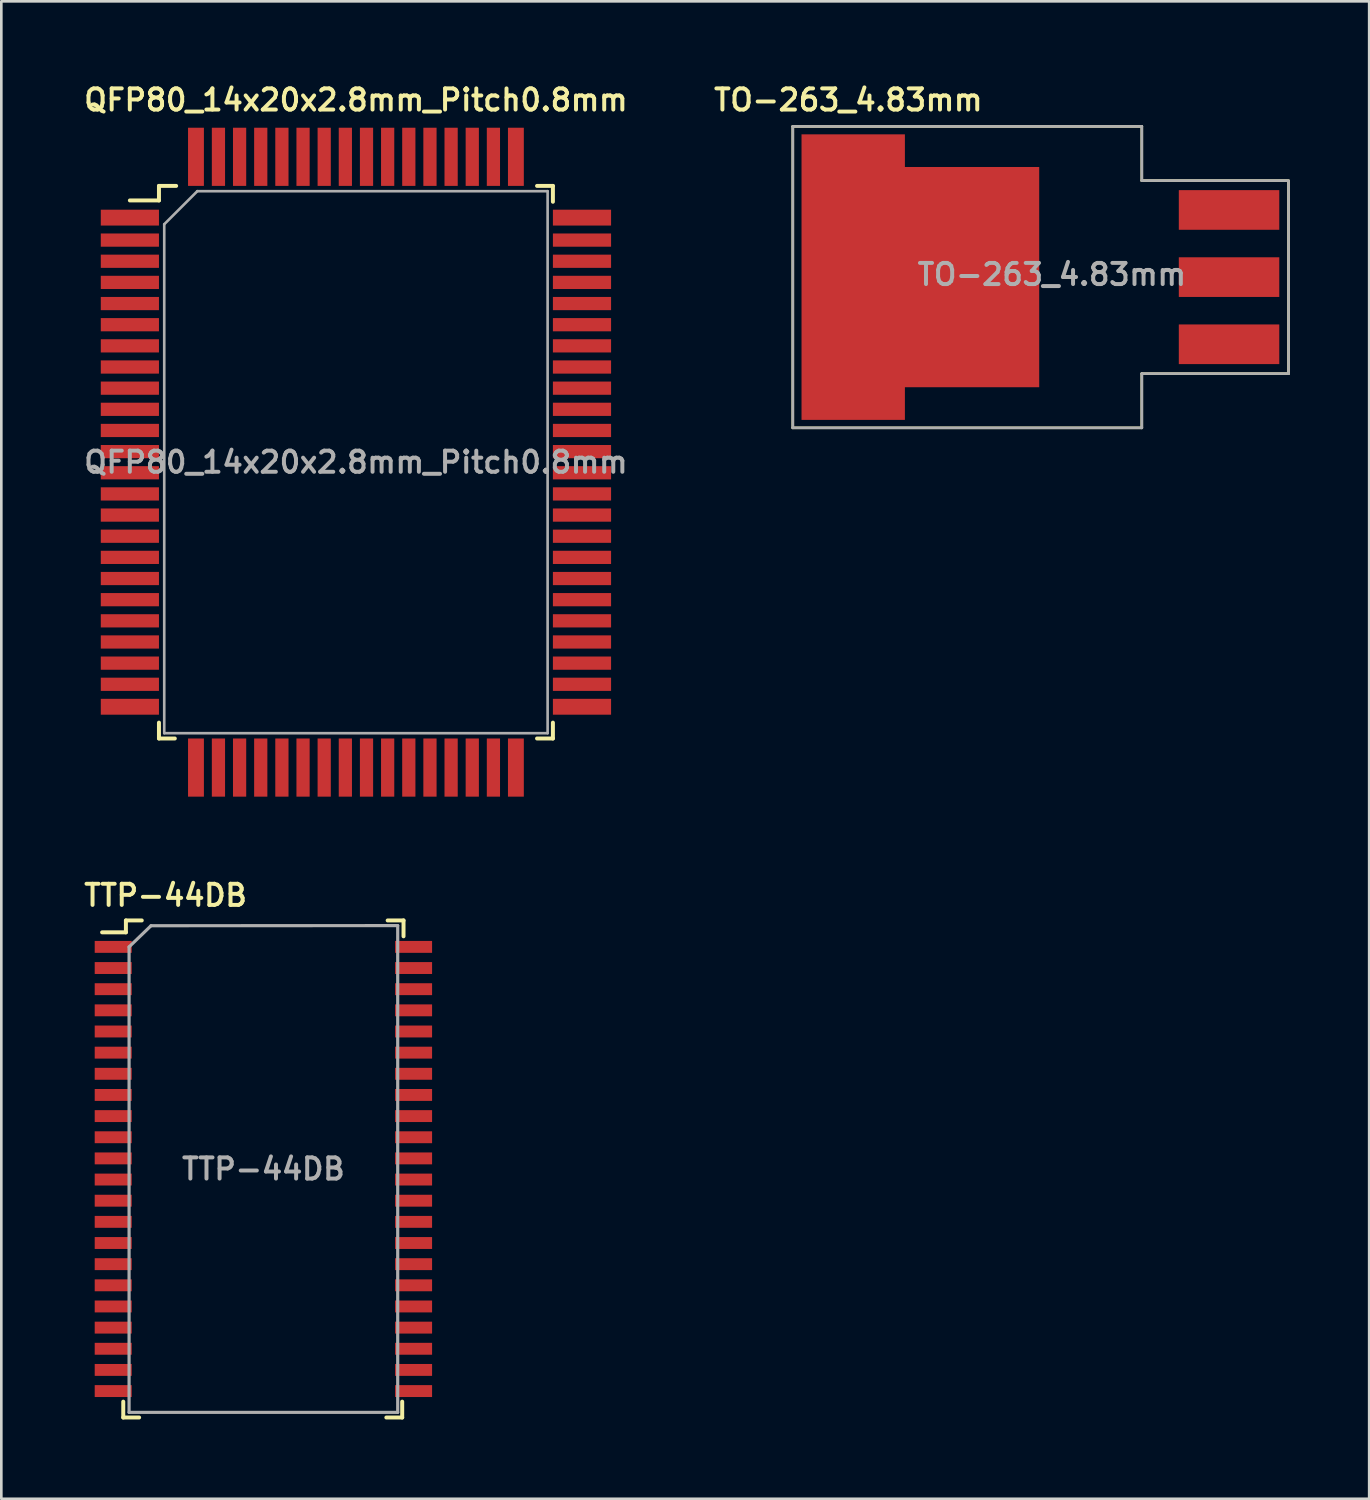
<source format=kicad_pcb>
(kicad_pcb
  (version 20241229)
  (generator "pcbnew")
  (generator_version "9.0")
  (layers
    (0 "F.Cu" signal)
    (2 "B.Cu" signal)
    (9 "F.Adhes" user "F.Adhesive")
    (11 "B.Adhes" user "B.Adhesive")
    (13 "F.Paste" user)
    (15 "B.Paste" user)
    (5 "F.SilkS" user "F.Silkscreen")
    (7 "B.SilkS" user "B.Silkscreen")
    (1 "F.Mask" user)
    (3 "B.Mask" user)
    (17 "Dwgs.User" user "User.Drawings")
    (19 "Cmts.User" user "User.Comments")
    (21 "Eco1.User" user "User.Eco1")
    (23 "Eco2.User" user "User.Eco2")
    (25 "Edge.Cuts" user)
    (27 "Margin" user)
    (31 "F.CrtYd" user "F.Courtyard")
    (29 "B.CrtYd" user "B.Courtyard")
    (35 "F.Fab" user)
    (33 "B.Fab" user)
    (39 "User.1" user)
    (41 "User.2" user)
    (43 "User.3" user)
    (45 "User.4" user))
  (footprint "TO-263_4.83mm"
    (layer "F.Cu")
    (at 43.435 7.431)
    (property "Reference" "TO-263_4.83mm" (at -14.4 -6.7 0) (unlocked yes) (layer "F.SilkS") (effects (font (size 0.8 0.8) (thickness 0.15) (bold yes))))
    (attr smd)
    (fp_line (start -16.5 -5.7) (end -16.5 5.7) (stroke (width 0.1) (type default)) (layer "F.SilkS"))
    (fp_line (start -16.5 -5.7) (end -3.3 -5.7) (stroke (width 0.1) (type default)) (layer "F.SilkS"))
    (fp_line (start -16.5 5.7) (end -3.3 5.7) (stroke (width 0.1) (type default)) (layer "F.SilkS"))
    (fp_line (start -3.3 -3.65) (end -3.3 -5.7) (stroke (width 0.1) (type default)) (layer "F.SilkS"))
    (fp_line (start -3.3 -3.65) (end 2.2 -3.65) (stroke (width 0.1) (type default)) (layer "F.SilkS"))
    (fp_line (start -3.3 3.65) (end 2.25 3.65) (stroke (width 0.1) (type default)) (layer "F.SilkS"))
    (fp_line (start -3.3 5.7) (end -3.3 3.65) (stroke (width 0.1) (type default)) (layer "F.SilkS"))
    (fp_line (start 2.25 -3.65) (end 2.25 3.65) (stroke (width 0.1) (type default)) (layer "F.SilkS"))
    (fp_line (start -16.5 -5.7) (end -16.5 5.7) (stroke (width 0.1) (type default)) (layer "F.Fab"))
    (fp_line (start -16.5 -5.7) (end -3.3 -5.7) (stroke (width 0.1) (type default)) (layer "F.Fab"))
    (fp_line (start -16.5 5.7) (end -3.3 5.7) (stroke (width 0.1) (type default)) (layer "F.Fab"))
    (fp_line (start -3.3 -3.65) (end -3.3 -5.7) (stroke (width 0.1) (type default)) (layer "F.Fab"))
    (fp_line (start -3.3 -3.65) (end 2.2 -3.65) (stroke (width 0.1) (type default)) (layer "F.Fab"))
    (fp_line (start -3.3 3.65) (end 2.25 3.65) (stroke (width 0.1) (type default)) (layer "F.Fab"))
    (fp_line (start -3.3 5.7) (end -3.3 3.65) (stroke (width 0.1) (type default)) (layer "F.Fab"))
    (fp_line (start 2.25 -3.65) (end 2.25 3.65) (stroke (width 0.1) (type default)) (layer "F.Fab"))
    (fp_text user "${REFERENCE}" (at -6.7 -0.1 0) (unlocked yes) (layer "F.Fab") (effects (font (size 0.8 0.8) (thickness 0.15))))
    (pad "1" smd rect (at 0 2.54) (size 3.8 1.5) (layers "F.Cu" "F.Mask" "F.Paste"))
    (pad "2" smd rect (at -14.215 0) (size 3.91 10.8) (layers "F.Cu" "F.Mask" "F.Paste"))
    (pad "2" smd rect (at -10.675 0) (size 6.99 8.33) (layers "F.Cu" "F.Mask" "F.Paste"))
    (pad "2" smd rect (at 0 0) (size 3.8 1.5) (layers "F.Cu" "F.Mask" "F.Paste"))
    (pad "3" smd rect (at 0 -2.54) (size 3.8 1.5) (layers "F.Cu" "F.Mask" "F.Paste")))
  (footprint "TTP-44DB"
    (layer "F.Cu")
    (at 6.912 41.163)
    (property "Reference" "TTP-44DB" (at -3.7 -10.35 180) (layer "F.SilkS") (effects (font (size 0.8 0.8) (thickness 0.15))))
    (attr smd)
    (fp_line (start -6.1 -8.95) (end -5.2 -8.95) (stroke (width 0.15) (type default)) (layer "F.SilkS"))
    (fp_line (start -5.3 8.8) (end -5.3 9.4) (stroke (width 0.15) (type default)) (layer "F.SilkS"))
    (fp_line (start -5.2 -9.4) (end -5.2 -8.95) (stroke (width 0.15) (type default)) (layer "F.SilkS"))
    (fp_line (start -5.2 -9.4) (end -4.6 -9.4) (stroke (width 0.15) (type default)) (layer "F.SilkS"))
    (fp_line (start -4.7 9.4) (end -5.3 9.4) (stroke (width 0.15) (type default)) (layer "F.SilkS"))
    (fp_line (start 4.65 9.4) (end 5.25 9.4) (stroke (width 0.15) (type default)) (layer "F.SilkS"))
    (fp_line (start 4.7 -9.4) (end 5.3 -9.4) (stroke (width 0.15) (type default)) (layer "F.SilkS"))
    (fp_line (start 5.25 8.8) (end 5.25 9.4) (stroke (width 0.15) (type default)) (layer "F.SilkS"))
    (fp_line (start 5.3 -8.8) (end 5.3 -9.4) (stroke (width 0.15) (type default)) (layer "F.SilkS"))
    (fp_line (start -5.08 -8.4) (end -4.25 -9.2) (stroke (width 0.12) (type default)) (layer "F.Fab"))
    (fp_line (start -5.08 9.205) (end -5.08 -8.4) (stroke (width 0.12) (type default)) (layer "F.Fab"))
    (fp_line (start -4.25 -9.2) (end 5.08 -9.205) (stroke (width 0.12) (type default)) (layer "F.Fab"))
    (fp_line (start 5.08 -9.205) (end 5.08 9.205) (stroke (width 0.12) (type default)) (layer "F.Fab"))
    (fp_line (start 5.08 9.205) (end -5.08 9.205) (stroke (width 0.12) (type default)) (layer "F.Fab"))
    (fp_text user "${REFERENCE}" (at 0 0 0) (unlocked yes) (layer "F.Fab") (effects (font (size 0.8 0.8) (thickness 0.15))))
    (pad "1" smd rect (at -5.68 -8.4 270) (size 0.45 1.4) (layers "F.Cu" "F.Mask" "F.Paste"))
    (pad "2" smd rect (at -5.68 -7.6 270) (size 0.45 1.4) (layers "F.Cu" "F.Mask" "F.Paste"))
    (pad "3" smd rect (at -5.68 -6.8 270) (size 0.45 1.4) (layers "F.Cu" "F.Mask" "F.Paste"))
    (pad "4" smd rect (at -5.68 -6 270) (size 0.45 1.4) (layers "F.Cu" "F.Mask" "F.Paste"))
    (pad "5" smd rect (at -5.68 -5.2 270) (size 0.45 1.4) (layers "F.Cu" "F.Mask" "F.Paste"))
    (pad "6" smd rect (at -5.68 -4.4 270) (size 0.45 1.4) (layers "F.Cu" "F.Mask" "F.Paste"))
    (pad "7" smd rect (at -5.68 -3.6 270) (size 0.45 1.4) (layers "F.Cu" "F.Mask" "F.Paste"))
    (pad "8" smd rect (at -5.68 -2.8 270) (size 0.45 1.4) (layers "F.Cu" "F.Mask" "F.Paste"))
    (pad "9" smd rect (at -5.68 -2 270) (size 0.45 1.4) (layers "F.Cu" "F.Mask" "F.Paste"))
    (pad "10" smd rect (at -5.68 -1.2 270) (size 0.45 1.4) (layers "F.Cu" "F.Mask" "F.Paste"))
    (pad "11" smd rect (at -5.68 -0.4 270) (size 0.45 1.4) (layers "F.Cu" "F.Mask" "F.Paste"))
    (pad "12" smd rect (at -5.68 0.4 270) (size 0.45 1.4) (layers "F.Cu" "F.Mask" "F.Paste"))
    (pad "13" smd rect (at -5.68 1.2 270) (size 0.45 1.4) (layers "F.Cu" "F.Mask" "F.Paste"))
    (pad "14" smd rect (at -5.68 2 270) (size 0.45 1.4) (layers "F.Cu" "F.Mask" "F.Paste"))
    (pad "15" smd rect (at -5.68 2.8 270) (size 0.45 1.4) (layers "F.Cu" "F.Mask" "F.Paste"))
    (pad "16" smd rect (at -5.68 3.6 270) (size 0.45 1.4) (layers "F.Cu" "F.Mask" "F.Paste"))
    (pad "17" smd rect (at -5.68 4.4 270) (size 0.45 1.4) (layers "F.Cu" "F.Mask" "F.Paste"))
    (pad "18" smd rect (at -5.68 5.2 270) (size 0.45 1.4) (layers "F.Cu" "F.Mask" "F.Paste"))
    (pad "19" smd rect (at -5.68 6 270) (size 0.45 1.4) (layers "F.Cu" "F.Mask" "F.Paste"))
    (pad "20" smd rect (at -5.68 6.8 270) (size 0.45 1.4) (layers "F.Cu" "F.Mask" "F.Paste"))
    (pad "21" smd rect (at -5.68 7.6 270) (size 0.45 1.4) (layers "F.Cu" "F.Mask" "F.Paste"))
    (pad "22" smd rect (at -5.68 8.4 270) (size 0.45 1.4) (layers "F.Cu" "F.Mask" "F.Paste"))
    (pad "23" smd rect (at 5.68 8.4 270) (size 0.45 1.4) (layers "F.Cu" "F.Mask" "F.Paste"))
    (pad "24" smd rect (at 5.68 7.6 270) (size 0.45 1.4) (layers "F.Cu" "F.Mask" "F.Paste"))
    (pad "25" smd rect (at 5.68 6.8 270) (size 0.45 1.4) (layers "F.Cu" "F.Mask" "F.Paste"))
    (pad "26" smd rect (at 5.68 6 270) (size 0.45 1.4) (layers "F.Cu" "F.Mask" "F.Paste"))
    (pad "27" smd rect (at 5.68 5.2 270) (size 0.45 1.4) (layers "F.Cu" "F.Mask" "F.Paste"))
    (pad "28" smd rect (at 5.68 4.4 270) (size 0.45 1.4) (layers "F.Cu" "F.Mask" "F.Paste"))
    (pad "29" smd rect (at 5.68 3.6 270) (size 0.45 1.4) (layers "F.Cu" "F.Mask" "F.Paste"))
    (pad "30" smd rect (at 5.68 2.8 270) (size 0.45 1.4) (layers "F.Cu" "F.Mask" "F.Paste"))
    (pad "31" smd rect (at 5.68 2 270) (size 0.45 1.4) (layers "F.Cu" "F.Mask" "F.Paste"))
    (pad "32" smd rect (at 5.68 1.2 270) (size 0.45 1.4) (layers "F.Cu" "F.Mask" "F.Paste"))
    (pad "33" smd rect (at 5.68 0.4 270) (size 0.45 1.4) (layers "F.Cu" "F.Mask" "F.Paste"))
    (pad "34" smd rect (at 5.68 -0.4 270) (size 0.45 1.4) (layers "F.Cu" "F.Mask" "F.Paste"))
    (pad "35" smd rect (at 5.68 -1.2 270) (size 0.45 1.4) (layers "F.Cu" "F.Mask" "F.Paste"))
    (pad "36" smd rect (at 5.68 -2 270) (size 0.45 1.4) (layers "F.Cu" "F.Mask" "F.Paste"))
    (pad "37" smd rect (at 5.68 -2.8 270) (size 0.45 1.4) (layers "F.Cu" "F.Mask" "F.Paste"))
    (pad "38" smd rect (at 5.68 -3.6 270) (size 0.45 1.4) (layers "F.Cu" "F.Mask" "F.Paste"))
    (pad "39" smd rect (at 5.68 -4.4 270) (size 0.45 1.4) (layers "F.Cu" "F.Mask" "F.Paste"))
    (pad "40" smd rect (at 5.68 -5.2 270) (size 0.45 1.4) (layers "F.Cu" "F.Mask" "F.Paste"))
    (pad "41" smd rect (at 5.68 -6 270) (size 0.45 1.4) (layers "F.Cu" "F.Mask" "F.Paste"))
    (pad "42" smd rect (at 5.68 -6.8 270) (size 0.45 1.4) (layers "F.Cu" "F.Mask" "F.Paste"))
    (pad "43" smd rect (at 5.68 -7.6 270) (size 0.45 1.4) (layers "F.Cu" "F.Mask" "F.Paste"))
    (pad "44" smd rect (at 5.68 -8.4 270) (size 0.45 1.4) (layers "F.Cu" "F.Mask" "F.Paste")))
  (footprint "QFP80_14x20x2.8mm_Pitch0.8mm"
    (layer "F.Cu")
    (at 10.412 14.431)
    (property "Reference" "QFP80_14x20x2.8mm_Pitch0.8mm" (at 0 -13.7 0) (layer "F.SilkS") (effects (font (size 0.8 0.8) (thickness 0.15))))
    (attr smd)
    (fp_line (start -7.45 -10.45) (end -7.45 -9.9) (stroke (width 0.15) (type default)) (layer "F.SilkS"))
    (fp_line (start -7.45 -9.9) (end -8.55 -9.9) (stroke (width 0.15) (type default)) (layer "F.SilkS"))
    (fp_line (start -7.45 9.85) (end -7.45 10.45) (stroke (width 0.15) (type default)) (layer "F.SilkS"))
    (fp_line (start -6.85 10.45) (end -7.45 10.45) (stroke (width 0.15) (type default)) (layer "F.SilkS"))
    (fp_line (start -6.8 -10.45) (end -7.45 -10.45) (stroke (width 0.15) (type default)) (layer "F.SilkS"))
    (fp_line (start 6.85 -10.45) (end 7.45 -10.45) (stroke (width 0.15) (type default)) (layer "F.SilkS"))
    (fp_line (start 6.85 10.45) (end 7.45 10.45) (stroke (width 0.15) (type default)) (layer "F.SilkS"))
    (fp_line (start 7.45 -9.85) (end 7.45 -10.45) (stroke (width 0.15) (type default)) (layer "F.SilkS"))
    (fp_line (start 7.45 9.85) (end 7.45 10.45) (stroke (width 0.15) (type default)) (layer "F.SilkS"))
    (fp_line (start -7.25 -9) (end -7.25 10.25) (stroke (width 0.1) (type default)) (layer "F.Fab"))
    (fp_line (start -7.25 10.25) (end 7.25 10.25) (stroke (width 0.1) (type default)) (layer "F.Fab"))
    (fp_line (start -6 -10.25) (end -7.25 -9) (stroke (width 0.1) (type default)) (layer "F.Fab"))
    (fp_line (start 7.25 -10.25) (end -6 -10.25) (stroke (width 0.1) (type default)) (layer "F.Fab"))
    (fp_line (start 7.25 10.25) (end 7.25 -10.25) (stroke (width 0.1) (type default)) (layer "F.Fab"))
    (fp_text user "${REFERENCE}" (at 0 0 0) (unlocked yes) (layer "F.Fab") (effects (font (size 0.8 0.8) (thickness 0.15))))
    (pad "1" smd rect (at -8.55 -9.25 90) (size 0.6 2.2) (layers "F.Cu" "F.Mask" "F.Paste"))
    (pad "2" smd rect (at -8.55 -8.4 90) (size 0.5 2.2) (layers "F.Cu" "F.Mask" "F.Paste"))
    (pad "3" smd rect (at -8.55 -7.6 90) (size 0.5 2.2) (layers "F.Cu" "F.Mask" "F.Paste"))
    (pad "4" smd rect (at -8.55 -6.8 90) (size 0.5 2.2) (layers "F.Cu" "F.Mask" "F.Paste"))
    (pad "5" smd rect (at -8.55 -6 90) (size 0.5 2.2) (layers "F.Cu" "F.Mask" "F.Paste"))
    (pad "6" smd rect (at -8.55 -5.2 90) (size 0.5 2.2) (layers "F.Cu" "F.Mask" "F.Paste"))
    (pad "7" smd rect (at -8.55 -4.4 90) (size 0.5 2.2) (layers "F.Cu" "F.Mask" "F.Paste"))
    (pad "8" smd rect (at -8.55 -3.6 90) (size 0.5 2.2) (layers "F.Cu" "F.Mask" "F.Paste"))
    (pad "9" smd rect (at -8.55 -2.8 90) (size 0.5 2.2) (layers "F.Cu" "F.Mask" "F.Paste"))
    (pad "10" smd rect (at -8.55 -2 90) (size 0.5 2.2) (layers "F.Cu" "F.Mask" "F.Paste"))
    (pad "11" smd rect (at -8.55 -1.2 90) (size 0.5 2.2) (layers "F.Cu" "F.Mask" "F.Paste"))
    (pad "12" smd rect (at -8.55 -0.4 90) (size 0.5 2.2) (layers "F.Cu" "F.Mask" "F.Paste"))
    (pad "13" smd rect (at -8.55 0.4 90) (size 0.5 2.2) (layers "F.Cu" "F.Mask" "F.Paste"))
    (pad "14" smd rect (at -8.55 1.2 90) (size 0.5 2.2) (layers "F.Cu" "F.Mask" "F.Paste"))
    (pad "15" smd rect (at -8.55 2 90) (size 0.5 2.2) (layers "F.Cu" "F.Mask" "F.Paste"))
    (pad "16" smd rect (at -8.55 2.8 90) (size 0.5 2.2) (layers "F.Cu" "F.Mask" "F.Paste"))
    (pad "17" smd rect (at -8.55 3.6 90) (size 0.5 2.2) (layers "F.Cu" "F.Mask" "F.Paste"))
    (pad "18" smd rect (at -8.55 4.4 90) (size 0.5 2.2) (layers "F.Cu" "F.Mask" "F.Paste"))
    (pad "19" smd rect (at -8.55 5.2 90) (size 0.5 2.2) (layers "F.Cu" "F.Mask" "F.Paste"))
    (pad "20" smd rect (at -8.55 6 90) (size 0.5 2.2) (layers "F.Cu" "F.Mask" "F.Paste"))
    (pad "21" smd rect (at -8.55 6.8 90) (size 0.5 2.2) (layers "F.Cu" "F.Mask" "F.Paste"))
    (pad "22" smd rect (at -8.55 7.6 90) (size 0.5 2.2) (layers "F.Cu" "F.Mask" "F.Paste"))
    (pad "23" smd rect (at -8.55 8.4 90) (size 0.5 2.2) (layers "F.Cu" "F.Mask" "F.Paste"))
    (pad "24" smd rect (at -8.55 9.25 90) (size 0.6 2.2) (layers "F.Cu" "F.Mask" "F.Paste"))
    (pad "25" smd rect (at -6.05 11.55) (size 0.6 2.2) (layers "F.Cu" "F.Mask" "F.Paste"))
    (pad "26" smd rect (at -5.2 11.55) (size 0.5 2.2) (layers "F.Cu" "F.Mask" "F.Paste"))
    (pad "27" smd rect (at -4.4 11.55) (size 0.5 2.2) (layers "F.Cu" "F.Mask" "F.Paste"))
    (pad "28" smd rect (at -3.6 11.55) (size 0.5 2.2) (layers "F.Cu" "F.Mask" "F.Paste"))
    (pad "29" smd rect (at -2.8 11.55) (size 0.5 2.2) (layers "F.Cu" "F.Mask" "F.Paste"))
    (pad "30" smd rect (at -2 11.55) (size 0.5 2.2) (layers "F.Cu" "F.Mask" "F.Paste"))
    (pad "31" smd rect (at -1.2 11.55) (size 0.5 2.2) (layers "F.Cu" "F.Mask" "F.Paste"))
    (pad "32" smd rect (at -0.4 11.55) (size 0.5 2.2) (layers "F.Cu" "F.Mask" "F.Paste"))
    (pad "33" smd rect (at 0.4 11.55) (size 0.5 2.2) (layers "F.Cu" "F.Mask" "F.Paste"))
    (pad "34" smd rect (at 1.2 11.55) (size 0.5 2.2) (layers "F.Cu" "F.Mask" "F.Paste"))
    (pad "35" smd rect (at 2 11.55) (size 0.5 2.2) (layers "F.Cu" "F.Mask" "F.Paste"))
    (pad "36" smd rect (at 2.8 11.55) (size 0.5 2.2) (layers "F.Cu" "F.Mask" "F.Paste"))
    (pad "37" smd rect (at 3.6 11.55) (size 0.5 2.2) (layers "F.Cu" "F.Mask" "F.Paste"))
    (pad "38" smd rect (at 4.4 11.55) (size 0.5 2.2) (layers "F.Cu" "F.Mask" "F.Paste"))
    (pad "39" smd rect (at 5.2 11.55) (size 0.5 2.2) (layers "F.Cu" "F.Mask" "F.Paste"))
    (pad "40" smd rect (at 6.05 11.55) (size 0.6 2.2) (layers "F.Cu" "F.Mask" "F.Paste"))
    (pad "41" smd rect (at 8.55 9.25 90) (size 0.6 2.2) (layers "F.Cu" "F.Mask" "F.Paste"))
    (pad "42" smd rect (at 8.55 8.4 90) (size 0.5 2.2) (layers "F.Cu" "F.Mask" "F.Paste"))
    (pad "43" smd rect (at 8.55 7.6 90) (size 0.5 2.2) (layers "F.Cu" "F.Mask" "F.Paste"))
    (pad "44" smd rect (at 8.55 6.8 90) (size 0.5 2.2) (layers "F.Cu" "F.Mask" "F.Paste"))
    (pad "45" smd rect (at 8.55 6 90) (size 0.5 2.2) (layers "F.Cu" "F.Mask" "F.Paste"))
    (pad "46" smd rect (at 8.55 5.2 90) (size 0.5 2.2) (layers "F.Cu" "F.Mask" "F.Paste"))
    (pad "47" smd rect (at 8.55 4.4 90) (size 0.5 2.2) (layers "F.Cu" "F.Mask" "F.Paste"))
    (pad "48" smd rect (at 8.55 3.6 90) (size 0.5 2.2) (layers "F.Cu" "F.Mask" "F.Paste"))
    (pad "49" smd rect (at 8.55 2.8 90) (size 0.5 2.2) (layers "F.Cu" "F.Mask" "F.Paste"))
    (pad "50" smd rect (at 8.55 2 90) (size 0.5 2.2) (layers "F.Cu" "F.Mask" "F.Paste"))
    (pad "51" smd rect (at 8.55 1.2 90) (size 0.5 2.2) (layers "F.Cu" "F.Mask" "F.Paste"))
    (pad "52" smd rect (at 8.55 0.4 90) (size 0.5 2.2) (layers "F.Cu" "F.Mask" "F.Paste"))
    (pad "53" smd rect (at 8.55 -0.4 90) (size 0.5 2.2) (layers "F.Cu" "F.Mask" "F.Paste"))
    (pad "54" smd rect (at 8.55 -1.2 90) (size 0.5 2.2) (layers "F.Cu" "F.Mask" "F.Paste"))
    (pad "55" smd rect (at 8.55 -2 90) (size 0.5 2.2) (layers "F.Cu" "F.Mask" "F.Paste"))
    (pad "56" smd rect (at 8.55 -2.8 90) (size 0.5 2.2) (layers "F.Cu" "F.Mask" "F.Paste"))
    (pad "57" smd rect (at 8.55 -3.6 90) (size 0.5 2.2) (layers "F.Cu" "F.Mask" "F.Paste"))
    (pad "58" smd rect (at 8.55 -4.4 90) (size 0.5 2.2) (layers "F.Cu" "F.Mask" "F.Paste"))
    (pad "59" smd rect (at 8.55 -5.2 90) (size 0.5 2.2) (layers "F.Cu" "F.Mask" "F.Paste"))
    (pad "60" smd rect (at 8.55 -6 90) (size 0.5 2.2) (layers "F.Cu" "F.Mask" "F.Paste"))
    (pad "61" smd rect (at 8.55 -6.8 90) (size 0.5 2.2) (layers "F.Cu" "F.Mask" "F.Paste"))
    (pad "62" smd rect (at 8.55 -7.6 90) (size 0.5 2.2) (layers "F.Cu" "F.Mask" "F.Paste"))
    (pad "63" smd rect (at 8.55 -8.4 90) (size 0.5 2.2) (layers "F.Cu" "F.Mask" "F.Paste"))
    (pad "64" smd rect (at 8.55 -9.25 90) (size 0.6 2.2) (layers "F.Cu" "F.Mask" "F.Paste"))
    (pad "65" smd rect (at 6.05 -11.55) (size 0.6 2.2) (layers "F.Cu" "F.Mask" "F.Paste"))
    (pad "66" smd rect (at 5.2 -11.55) (size 0.5 2.2) (layers "F.Cu" "F.Mask" "F.Paste"))
    (pad "67" smd rect (at 4.4 -11.55) (size 0.5 2.2) (layers "F.Cu" "F.Mask" "F.Paste"))
    (pad "68" smd rect (at 3.6 -11.55) (size 0.5 2.2) (layers "F.Cu" "F.Mask" "F.Paste"))
    (pad "69" smd rect (at 2.8 -11.55) (size 0.5 2.2) (layers "F.Cu" "F.Mask" "F.Paste"))
    (pad "70" smd rect (at 2 -11.55) (size 0.5 2.2) (layers "F.Cu" "F.Mask" "F.Paste"))
    (pad "71" smd rect (at 1.2 -11.55) (size 0.5 2.2) (layers "F.Cu" "F.Mask" "F.Paste"))
    (pad "72" smd rect (at 0.4 -11.55) (size 0.5 2.2) (layers "F.Cu" "F.Mask" "F.Paste"))
    (pad "73" smd rect (at -0.4 -11.55) (size 0.5 2.2) (layers "F.Cu" "F.Mask" "F.Paste"))
    (pad "74" smd rect (at -1.2 -11.55) (size 0.5 2.2) (layers "F.Cu" "F.Mask" "F.Paste"))
    (pad "75" smd rect (at -2 -11.55) (size 0.5 2.2) (layers "F.Cu" "F.Mask" "F.Paste"))
    (pad "76" smd rect (at -2.8 -11.55) (size 0.5 2.2) (layers "F.Cu" "F.Mask" "F.Paste"))
    (pad "77" smd rect (at -3.6 -11.55) (size 0.5 2.2) (layers "F.Cu" "F.Mask" "F.Paste"))
    (pad "78" smd rect (at -4.4 -11.55) (size 0.5 2.2) (layers "F.Cu" "F.Mask" "F.Paste"))
    (pad "79" smd rect (at -5.2 -11.55) (size 0.5 2.2) (layers "F.Cu" "F.Mask" "F.Paste"))
    (pad "80" smd rect (at -6.05 -11.55) (size 0.6 2.2) (layers "F.Cu" "F.Mask" "F.Paste")))
  (gr_rect
    (start -3 -3)
    (end 48.735 53.638)
    (stroke (width 0.1) (type default))
    (fill no)
    (layer "Edge.Cuts")))
</source>
